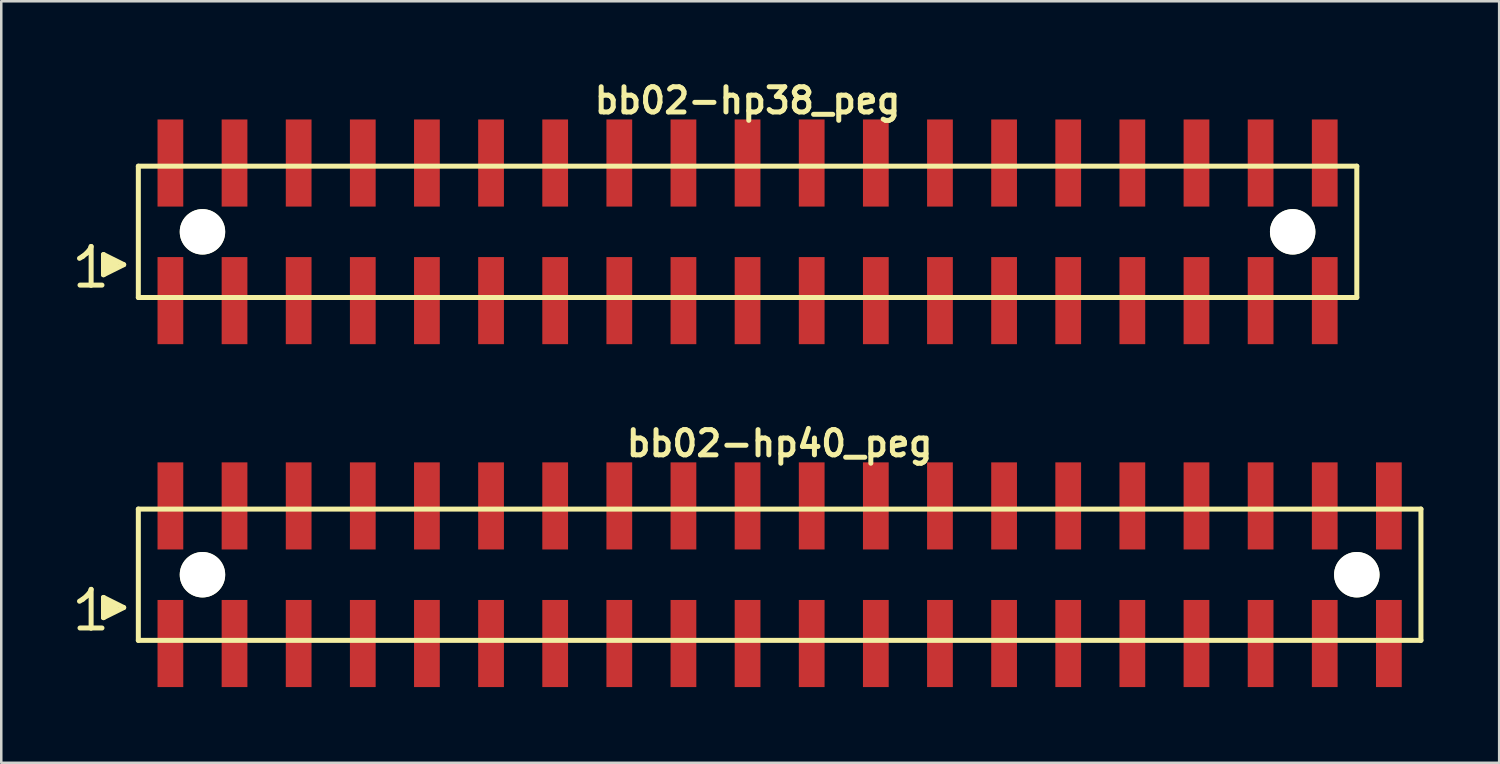
<source format=kicad_pcb>
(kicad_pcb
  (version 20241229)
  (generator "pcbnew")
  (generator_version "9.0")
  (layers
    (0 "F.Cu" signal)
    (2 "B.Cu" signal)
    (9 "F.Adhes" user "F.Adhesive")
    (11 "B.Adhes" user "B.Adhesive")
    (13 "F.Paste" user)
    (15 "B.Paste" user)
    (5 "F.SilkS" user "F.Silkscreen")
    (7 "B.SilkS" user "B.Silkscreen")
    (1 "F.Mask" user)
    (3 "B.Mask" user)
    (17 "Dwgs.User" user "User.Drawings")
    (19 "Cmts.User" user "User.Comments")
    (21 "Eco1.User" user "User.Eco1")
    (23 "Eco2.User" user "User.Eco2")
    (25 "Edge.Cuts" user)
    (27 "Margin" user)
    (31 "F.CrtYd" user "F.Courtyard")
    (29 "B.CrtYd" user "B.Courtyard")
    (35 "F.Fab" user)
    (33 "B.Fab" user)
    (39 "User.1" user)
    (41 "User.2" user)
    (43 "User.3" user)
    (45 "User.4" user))
  (footprint "bb02-hp38_peg"
    (layer "F.Cu")
    (at 26.559 6.132)
    (property "Reference" "bb02-hp38_peg" (at 0 -5.2 0) (layer "F.SilkS") (effects (font (size 0.998 0.998) (thickness 0.198))))
    (attr through_hole)
    (fp_line (start -26.46 1.05) (end -26.33 0.97) (stroke (width 0.198) (type solid)) (layer "F.SilkS"))
    (fp_line (start -26.33 0.97) (end -26.17 0.84) (stroke (width 0.198) (type solid)) (layer "F.SilkS"))
    (fp_line (start -26.17 0.84) (end -26.03 0.67) (stroke (width 0.198) (type solid)) (layer "F.SilkS"))
    (fp_line (start -26.03 0.67) (end -26 0.58) (stroke (width 0.198) (type solid)) (layer "F.SilkS"))
    (fp_line (start -26 0.58) (end -26 2.11) (stroke (width 0.198) (type solid)) (layer "F.SilkS"))
    (fp_line (start -26 2.11) (end -26.44 2.11) (stroke (width 0.198) (type solid)) (layer "F.SilkS"))
    (fp_line (start -25.57 2.11) (end -26.01 2.11) (stroke (width 0.198) (type solid)) (layer "F.SilkS"))
    (fp_line (start -25.51 0.9) (end -24.71 1.3) (stroke (width 0.198) (type solid)) (layer "F.SilkS"))
    (fp_line (start -25.51 1.7) (end -25.51 0.9) (stroke (width 0.198) (type solid)) (layer "F.SilkS"))
    (fp_line (start -25.41 1.6) (end -25.41 1) (stroke (width 0.198) (type solid)) (layer "F.SilkS"))
    (fp_line (start -25.31 1.1) (end -25.31 1.5) (stroke (width 0.198) (type solid)) (layer "F.SilkS"))
    (fp_line (start -25.21 1.5) (end -25.21 1.1) (stroke (width 0.198) (type solid)) (layer "F.SilkS"))
    (fp_line (start -25.11 1.2) (end -25.11 1.4) (stroke (width 0.198) (type solid)) (layer "F.SilkS"))
    (fp_line (start -25.01 1.4) (end -25.01 1.2) (stroke (width 0.198) (type solid)) (layer "F.SilkS"))
    (fp_line (start -24.71 1.3) (end -25.51 1.7) (stroke (width 0.198) (type solid)) (layer "F.SilkS"))
    (fp_line (start -24.13 -2.6) (end -24.13 2.6) (stroke (width 0.198) (type solid)) (layer "F.SilkS"))
    (fp_line (start -24.13 -2.6) (end 24.13 -2.6) (stroke (width 0.198) (type solid)) (layer "F.SilkS"))
    (fp_line (start 24.13 2.6) (end -24.13 2.6) (stroke (width 0.198) (type solid)) (layer "F.SilkS"))
    (fp_line (start 24.13 2.6) (end 24.13 -2.6) (stroke (width 0.198) (type solid)) (layer "F.SilkS"))
    (pad "" np_thru_hole circle (at -21.59 0) (size 1.8 1.8) (drill 1.8) (layers "*.Cu" "*.Mask" "F.SilkS"))
    (pad "" np_thru_hole circle (at 21.59 0) (size 1.8 1.8) (drill 1.8) (layers "*.Cu" "*.Mask" "F.SilkS"))
    (pad "1" smd rect (at -22.86 2.725) (size 1.02 3.45) (layers "F.Cu" "F.Mask" "F.Paste"))
    (pad "2" smd rect (at -22.86 -2.725) (size 1.02 3.45) (layers "F.Cu" "F.Mask" "F.Paste"))
    (pad "3" smd rect (at -20.32 2.725) (size 1.02 3.45) (layers "F.Cu" "F.Mask" "F.Paste"))
    (pad "4" smd rect (at -20.32 -2.725) (size 1.02 3.45) (layers "F.Cu" "F.Mask" "F.Paste"))
    (pad "5" smd rect (at -17.78 2.725) (size 1.02 3.45) (layers "F.Cu" "F.Mask" "F.Paste"))
    (pad "6" smd rect (at -17.78 -2.725) (size 1.02 3.45) (layers "F.Cu" "F.Mask" "F.Paste"))
    (pad "7" smd rect (at -15.24 2.725) (size 1.02 3.45) (layers "F.Cu" "F.Mask" "F.Paste"))
    (pad "8" smd rect (at -15.24 -2.725) (size 1.02 3.45) (layers "F.Cu" "F.Mask" "F.Paste"))
    (pad "9" smd rect (at -12.7 2.725) (size 1.02 3.45) (layers "F.Cu" "F.Mask" "F.Paste"))
    (pad "10" smd rect (at -12.7 -2.725) (size 1.02 3.45) (layers "F.Cu" "F.Mask" "F.Paste"))
    (pad "11" smd rect (at -10.16 2.725) (size 1.02 3.45) (layers "F.Cu" "F.Mask" "F.Paste"))
    (pad "12" smd rect (at -10.16 -2.725) (size 1.02 3.45) (layers "F.Cu" "F.Mask" "F.Paste"))
    (pad "13" smd rect (at -7.62 2.725) (size 1.02 3.45) (layers "F.Cu" "F.Mask" "F.Paste"))
    (pad "14" smd rect (at -7.62 -2.725) (size 1.02 3.45) (layers "F.Cu" "F.Mask" "F.Paste"))
    (pad "15" smd rect (at -5.08 2.725) (size 1.02 3.45) (layers "F.Cu" "F.Mask" "F.Paste"))
    (pad "16" smd rect (at -5.08 -2.725) (size 1.02 3.45) (layers "F.Cu" "F.Mask" "F.Paste"))
    (pad "17" smd rect (at -2.54 2.725) (size 1.02 3.45) (layers "F.Cu" "F.Mask" "F.Paste"))
    (pad "18" smd rect (at -2.54 -2.725) (size 1.02 3.45) (layers "F.Cu" "F.Mask" "F.Paste"))
    (pad "19" smd rect (at 0 2.725) (size 1.02 3.45) (layers "F.Cu" "F.Mask" "F.Paste"))
    (pad "20" smd rect (at 0 -2.725) (size 1.02 3.45) (layers "F.Cu" "F.Mask" "F.Paste"))
    (pad "21" smd rect (at 2.54 2.725) (size 1.02 3.45) (layers "F.Cu" "F.Mask" "F.Paste"))
    (pad "22" smd rect (at 2.54 -2.725) (size 1.02 3.45) (layers "F.Cu" "F.Mask" "F.Paste"))
    (pad "23" smd rect (at 5.08 2.725) (size 1.02 3.45) (layers "F.Cu" "F.Mask" "F.Paste"))
    (pad "24" smd rect (at 5.08 -2.725) (size 1.02 3.45) (layers "F.Cu" "F.Mask" "F.Paste"))
    (pad "25" smd rect (at 7.62 2.725) (size 1.02 3.45) (layers "F.Cu" "F.Mask" "F.Paste"))
    (pad "26" smd rect (at 7.62 -2.725) (size 1.02 3.45) (layers "F.Cu" "F.Mask" "F.Paste"))
    (pad "27" smd rect (at 10.16 2.725) (size 1.02 3.45) (layers "F.Cu" "F.Mask" "F.Paste"))
    (pad "28" smd rect (at 10.16 -2.725) (size 1.02 3.45) (layers "F.Cu" "F.Mask" "F.Paste"))
    (pad "29" smd rect (at 12.7 2.725) (size 1.02 3.45) (layers "F.Cu" "F.Mask" "F.Paste"))
    (pad "30" smd rect (at 12.7 -2.725) (size 1.02 3.45) (layers "F.Cu" "F.Mask" "F.Paste"))
    (pad "31" smd rect (at 15.24 2.725) (size 1.02 3.45) (layers "F.Cu" "F.Mask" "F.Paste"))
    (pad "32" smd rect (at 15.24 -2.725) (size 1.02 3.45) (layers "F.Cu" "F.Mask" "F.Paste"))
    (pad "33" smd rect (at 17.78 2.725) (size 1.02 3.45) (layers "F.Cu" "F.Mask" "F.Paste"))
    (pad "34" smd rect (at 17.78 -2.725) (size 1.02 3.45) (layers "F.Cu" "F.Mask" "F.Paste"))
    (pad "35" smd rect (at 20.32 2.725) (size 1.02 3.45) (layers "F.Cu" "F.Mask" "F.Paste"))
    (pad "36" smd rect (at 20.32 -2.725) (size 1.02 3.45) (layers "F.Cu" "F.Mask" "F.Paste"))
    (pad "37" smd rect (at 22.86 2.725) (size 1.02 3.45) (layers "F.Cu" "F.Mask" "F.Paste"))
    (pad "38" smd rect (at 22.86 -2.725) (size 1.02 3.45) (layers "F.Cu" "F.Mask" "F.Paste")))
  (footprint "bb02-hp40_peg"
    (layer "F.Cu")
    (at 27.829 19.713)
    (property "Reference" "bb02-hp40_peg" (at 0 -5.2 0) (layer "F.SilkS") (effects (font (size 0.998 0.998) (thickness 0.198))))
    (attr through_hole)
    (fp_line (start -27.73 1.05) (end -27.6 0.97) (stroke (width 0.198) (type solid)) (layer "F.SilkS"))
    (fp_line (start -27.6 0.97) (end -27.44 0.84) (stroke (width 0.198) (type solid)) (layer "F.SilkS"))
    (fp_line (start -27.44 0.84) (end -27.3 0.67) (stroke (width 0.198) (type solid)) (layer "F.SilkS"))
    (fp_line (start -27.3 0.67) (end -27.27 0.58) (stroke (width 0.198) (type solid)) (layer "F.SilkS"))
    (fp_line (start -27.27 0.58) (end -27.27 2.11) (stroke (width 0.198) (type solid)) (layer "F.SilkS"))
    (fp_line (start -27.27 2.11) (end -27.71 2.11) (stroke (width 0.198) (type solid)) (layer "F.SilkS"))
    (fp_line (start -26.84 2.11) (end -27.28 2.11) (stroke (width 0.198) (type solid)) (layer "F.SilkS"))
    (fp_line (start -26.78 0.9) (end -25.98 1.3) (stroke (width 0.198) (type solid)) (layer "F.SilkS"))
    (fp_line (start -26.78 1.7) (end -26.78 0.9) (stroke (width 0.198) (type solid)) (layer "F.SilkS"))
    (fp_line (start -26.68 1.6) (end -26.68 1) (stroke (width 0.198) (type solid)) (layer "F.SilkS"))
    (fp_line (start -26.58 1.1) (end -26.58 1.5) (stroke (width 0.198) (type solid)) (layer "F.SilkS"))
    (fp_line (start -26.48 1.5) (end -26.48 1.1) (stroke (width 0.198) (type solid)) (layer "F.SilkS"))
    (fp_line (start -26.38 1.2) (end -26.38 1.4) (stroke (width 0.198) (type solid)) (layer "F.SilkS"))
    (fp_line (start -26.28 1.4) (end -26.28 1.2) (stroke (width 0.198) (type solid)) (layer "F.SilkS"))
    (fp_line (start -25.98 1.3) (end -26.78 1.7) (stroke (width 0.198) (type solid)) (layer "F.SilkS"))
    (fp_line (start -25.4 -2.6) (end -25.4 2.6) (stroke (width 0.198) (type solid)) (layer "F.SilkS"))
    (fp_line (start -25.4 -2.6) (end 25.4 -2.6) (stroke (width 0.198) (type solid)) (layer "F.SilkS"))
    (fp_line (start 25.4 2.6) (end -25.4 2.6) (stroke (width 0.198) (type solid)) (layer "F.SilkS"))
    (fp_line (start 25.4 2.6) (end 25.4 -2.6) (stroke (width 0.198) (type solid)) (layer "F.SilkS"))
    (pad "" np_thru_hole circle (at -22.86 0) (size 1.8 1.8) (drill 1.8) (layers "*.Cu" "*.Mask" "F.SilkS"))
    (pad "" np_thru_hole circle (at 22.86 0) (size 1.8 1.8) (drill 1.8) (layers "*.Cu" "*.Mask" "F.SilkS"))
    (pad "1" smd rect (at -24.13 2.725) (size 1.02 3.45) (layers "F.Cu" "F.Mask" "F.Paste"))
    (pad "2" smd rect (at -24.13 -2.725) (size 1.02 3.45) (layers "F.Cu" "F.Mask" "F.Paste"))
    (pad "3" smd rect (at -21.59 2.725) (size 1.02 3.45) (layers "F.Cu" "F.Mask" "F.Paste"))
    (pad "4" smd rect (at -21.59 -2.725) (size 1.02 3.45) (layers "F.Cu" "F.Mask" "F.Paste"))
    (pad "5" smd rect (at -19.05 2.725) (size 1.02 3.45) (layers "F.Cu" "F.Mask" "F.Paste"))
    (pad "6" smd rect (at -19.05 -2.725) (size 1.02 3.45) (layers "F.Cu" "F.Mask" "F.Paste"))
    (pad "7" smd rect (at -16.51 2.725) (size 1.02 3.45) (layers "F.Cu" "F.Mask" "F.Paste"))
    (pad "8" smd rect (at -16.51 -2.725) (size 1.02 3.45) (layers "F.Cu" "F.Mask" "F.Paste"))
    (pad "9" smd rect (at -13.97 2.725) (size 1.02 3.45) (layers "F.Cu" "F.Mask" "F.Paste"))
    (pad "10" smd rect (at -13.97 -2.725) (size 1.02 3.45) (layers "F.Cu" "F.Mask" "F.Paste"))
    (pad "11" smd rect (at -11.43 2.725) (size 1.02 3.45) (layers "F.Cu" "F.Mask" "F.Paste"))
    (pad "12" smd rect (at -11.43 -2.725) (size 1.02 3.45) (layers "F.Cu" "F.Mask" "F.Paste"))
    (pad "13" smd rect (at -8.89 2.725) (size 1.02 3.45) (layers "F.Cu" "F.Mask" "F.Paste"))
    (pad "14" smd rect (at -8.89 -2.725) (size 1.02 3.45) (layers "F.Cu" "F.Mask" "F.Paste"))
    (pad "15" smd rect (at -6.35 2.725) (size 1.02 3.45) (layers "F.Cu" "F.Mask" "F.Paste"))
    (pad "16" smd rect (at -6.35 -2.725) (size 1.02 3.45) (layers "F.Cu" "F.Mask" "F.Paste"))
    (pad "17" smd rect (at -3.81 2.725) (size 1.02 3.45) (layers "F.Cu" "F.Mask" "F.Paste"))
    (pad "18" smd rect (at -3.81 -2.725) (size 1.02 3.45) (layers "F.Cu" "F.Mask" "F.Paste"))
    (pad "19" smd rect (at -1.27 2.725) (size 1.02 3.45) (layers "F.Cu" "F.Mask" "F.Paste"))
    (pad "20" smd rect (at -1.27 -2.725) (size 1.02 3.45) (layers "F.Cu" "F.Mask" "F.Paste"))
    (pad "21" smd rect (at 1.27 2.725) (size 1.02 3.45) (layers "F.Cu" "F.Mask" "F.Paste"))
    (pad "22" smd rect (at 1.27 -2.725) (size 1.02 3.45) (layers "F.Cu" "F.Mask" "F.Paste"))
    (pad "23" smd rect (at 3.81 2.725) (size 1.02 3.45) (layers "F.Cu" "F.Mask" "F.Paste"))
    (pad "24" smd rect (at 3.81 -2.725) (size 1.02 3.45) (layers "F.Cu" "F.Mask" "F.Paste"))
    (pad "25" smd rect (at 6.35 2.725) (size 1.02 3.45) (layers "F.Cu" "F.Mask" "F.Paste"))
    (pad "26" smd rect (at 6.35 -2.725) (size 1.02 3.45) (layers "F.Cu" "F.Mask" "F.Paste"))
    (pad "27" smd rect (at 8.89 2.725) (size 1.02 3.45) (layers "F.Cu" "F.Mask" "F.Paste"))
    (pad "28" smd rect (at 8.89 -2.725) (size 1.02 3.45) (layers "F.Cu" "F.Mask" "F.Paste"))
    (pad "29" smd rect (at 11.43 2.725) (size 1.02 3.45) (layers "F.Cu" "F.Mask" "F.Paste"))
    (pad "30" smd rect (at 11.43 -2.725) (size 1.02 3.45) (layers "F.Cu" "F.Mask" "F.Paste"))
    (pad "31" smd rect (at 13.97 2.725) (size 1.02 3.45) (layers "F.Cu" "F.Mask" "F.Paste"))
    (pad "32" smd rect (at 13.97 -2.725) (size 1.02 3.45) (layers "F.Cu" "F.Mask" "F.Paste"))
    (pad "33" smd rect (at 16.51 2.725) (size 1.02 3.45) (layers "F.Cu" "F.Mask" "F.Paste"))
    (pad "34" smd rect (at 16.51 -2.725) (size 1.02 3.45) (layers "F.Cu" "F.Mask" "F.Paste"))
    (pad "35" smd rect (at 19.05 2.725) (size 1.02 3.45) (layers "F.Cu" "F.Mask" "F.Paste"))
    (pad "36" smd rect (at 19.05 -2.725) (size 1.02 3.45) (layers "F.Cu" "F.Mask" "F.Paste"))
    (pad "37" smd rect (at 21.59 2.725) (size 1.02 3.45) (layers "F.Cu" "F.Mask" "F.Paste"))
    (pad "38" smd rect (at 21.59 -2.725) (size 1.02 3.45) (layers "F.Cu" "F.Mask" "F.Paste"))
    (pad "39" smd rect (at 24.13 2.725) (size 1.02 3.45) (layers "F.Cu" "F.Mask" "F.Paste"))
    (pad "40" smd rect (at 24.13 -2.725) (size 1.02 3.45) (layers "F.Cu" "F.Mask" "F.Paste")))
  (gr_rect
    (start -3 -3)
    (end 56.328 27.163)
    (stroke (width 0.1) (type default))
    (fill no)
    (layer "Edge.Cuts")))
</source>
